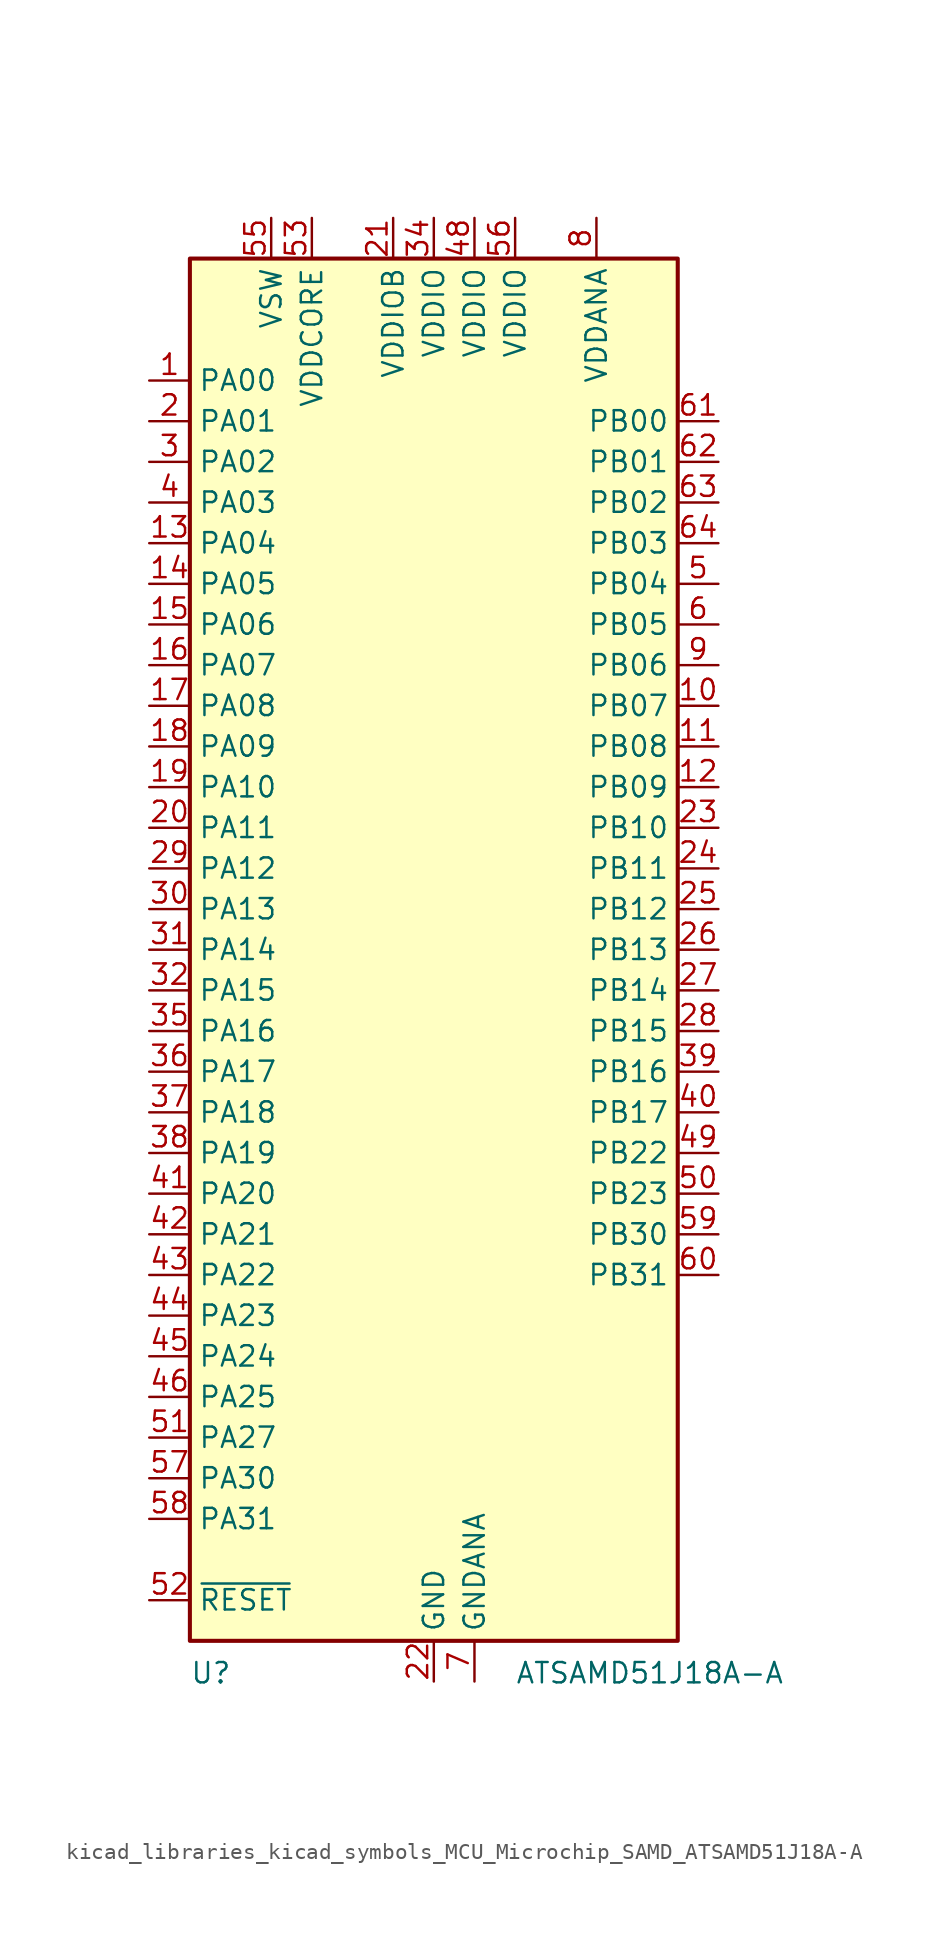
<source format=kicad_sym>
(kicad_symbol_lib
  (version 20220914)
  (generator kicad_symbol_editor)
  (symbol "kicad_libraries_kicad_symbols_MCU_Microchip_SAMD_ATSAMD51J18A-A"
    (property "Reference" "U"
      (at -15.24 -44.45 0)
      (effects (font (size 1.27 1.27)) (justify left top)))
    (property "Value" "ATSAMD51J18A-A"
      (at 5.08 -44.45 0)
      (effects (font (size 1.27 1.27)) (justify left top)))
    (symbol "kicad_libraries_kicad_symbols_MCU_Microchip_SAMD_ATSAMD51J18A-A_0_1"
      (rectangle (start -15.24 43.18) (end 15.24 -43.18) (stroke (width 0.254) (type default)) (fill (type background))))
    (symbol "kicad_libraries_kicad_symbols_MCU_Microchip_SAMD_ATSAMD51J18A-A_1_0"
      (pin bidirectional line (at 17.78 25.4 180) (length 2.54) (name "PB03" (effects (font (size 1.27 1.27)))) (number "64" (effects (font (size 1.27 1.27))))))
    (symbol "kicad_libraries_kicad_symbols_MCU_Microchip_SAMD_ATSAMD51J18A-A_1_1"
      (pin bidirectional line (at -17.78 35.56 0) (length 2.54) (name "PA00" (effects (font (size 1.27 1.27)))) (number "1" (effects (font (size 1.27 1.27)))))
      (pin bidirectional line (at 17.78 15.24 180) (length 2.54) (name "PB07" (effects (font (size 1.27 1.27)))) (number "10" (effects (font (size 1.27 1.27)))))
      (pin bidirectional line (at 17.78 12.7 180) (length 2.54) (name "PB08" (effects (font (size 1.27 1.27)))) (number "11" (effects (font (size 1.27 1.27)))))
      (pin bidirectional line (at 17.78 10.16 180) (length 2.54) (name "PB09" (effects (font (size 1.27 1.27)))) (number "12" (effects (font (size 1.27 1.27)))))
      (pin bidirectional line (at -17.78 25.4 0) (length 2.54) (name "PA04" (effects (font (size 1.27 1.27)))) (number "13" (effects (font (size 1.27 1.27)))))
      (pin bidirectional line (at -17.78 22.86 0) (length 2.54) (name "PA05" (effects (font (size 1.27 1.27)))) (number "14" (effects (font (size 1.27 1.27)))))
      (pin bidirectional line (at -17.78 20.32 0) (length 2.54) (name "PA06" (effects (font (size 1.27 1.27)))) (number "15" (effects (font (size 1.27 1.27)))))
      (pin bidirectional line (at -17.78 17.78 0) (length 2.54) (name "PA07" (effects (font (size 1.27 1.27)))) (number "16" (effects (font (size 1.27 1.27)))))
      (pin bidirectional line (at -17.78 15.24 0) (length 2.54) (name "PA08" (effects (font (size 1.27 1.27)))) (number "17" (effects (font (size 1.27 1.27)))))
      (pin bidirectional line (at -17.78 12.7 0) (length 2.54) (name "PA09" (effects (font (size 1.27 1.27)))) (number "18" (effects (font (size 1.27 1.27)))))
      (pin bidirectional line (at -17.78 10.16 0) (length 2.54) (name "PA10" (effects (font (size 1.27 1.27)))) (number "19" (effects (font (size 1.27 1.27)))))
      (pin bidirectional line (at -17.78 33.02 0) (length 2.54) (name "PA01" (effects (font (size 1.27 1.27)))) (number "2" (effects (font (size 1.27 1.27)))))
      (pin bidirectional line (at -17.78 7.62 0) (length 2.54) (name "PA11" (effects (font (size 1.27 1.27)))) (number "20" (effects (font (size 1.27 1.27)))))
      (pin power_in line (at -2.54 45.72 270) (length 2.54) (name "VDDIOB" (effects (font (size 1.27 1.27)))) (number "21" (effects (font (size 1.27 1.27)))))
      (pin power_in line (at 0 -45.72 90) (length 2.54) (name "GND" (effects (font (size 1.27 1.27)))) (number "22" (effects (font (size 1.27 1.27)))))
      (pin bidirectional line (at 17.78 7.62 180) (length 2.54) (name "PB10" (effects (font (size 1.27 1.27)))) (number "23" (effects (font (size 1.27 1.27)))))
      (pin bidirectional line (at 17.78 5.08 180) (length 2.54) (name "PB11" (effects (font (size 1.27 1.27)))) (number "24" (effects (font (size 1.27 1.27)))))
      (pin bidirectional line (at 17.78 2.54 180) (length 2.54) (name "PB12" (effects (font (size 1.27 1.27)))) (number "25" (effects (font (size 1.27 1.27)))))
      (pin bidirectional line (at 17.78 0 180) (length 2.54) (name "PB13" (effects (font (size 1.27 1.27)))) (number "26" (effects (font (size 1.27 1.27)))))
      (pin bidirectional line (at 17.78 -2.54 180) (length 2.54) (name "PB14" (effects (font (size 1.27 1.27)))) (number "27" (effects (font (size 1.27 1.27)))))
      (pin bidirectional line (at 17.78 -5.08 180) (length 2.54) (name "PB15" (effects (font (size 1.27 1.27)))) (number "28" (effects (font (size 1.27 1.27)))))
      (pin bidirectional line (at -17.78 5.08 0) (length 2.54) (name "PA12" (effects (font (size 1.27 1.27)))) (number "29" (effects (font (size 1.27 1.27)))))
      (pin bidirectional line (at -17.78 30.48 0) (length 2.54) (name "PA02" (effects (font (size 1.27 1.27)))) (number "3" (effects (font (size 1.27 1.27)))))
      (pin bidirectional line (at -17.78 2.54 0) (length 2.54) (name "PA13" (effects (font (size 1.27 1.27)))) (number "30" (effects (font (size 1.27 1.27)))))
      (pin bidirectional line (at -17.78 0 0) (length 2.54) (name "PA14" (effects (font (size 1.27 1.27)))) (number "31" (effects (font (size 1.27 1.27)))))
      (pin bidirectional line (at -17.78 -2.54 0) (length 2.54) (name "PA15" (effects (font (size 1.27 1.27)))) (number "32" (effects (font (size 1.27 1.27)))))
      (pin passive line (at 0 -45.72 90) (length 2.54) hide (name "GND" (effects (font (size 1.27 1.27)))) (number "33" (effects (font (size 1.27 1.27)))))
      (pin power_in line (at 0 45.72 270) (length 2.54) (name "VDDIO" (effects (font (size 1.27 1.27)))) (number "34" (effects (font (size 1.27 1.27)))))
      (pin bidirectional line (at -17.78 -5.08 0) (length 2.54) (name "PA16" (effects (font (size 1.27 1.27)))) (number "35" (effects (font (size 1.27 1.27)))))
      (pin bidirectional line (at -17.78 -7.62 0) (length 2.54) (name "PA17" (effects (font (size 1.27 1.27)))) (number "36" (effects (font (size 1.27 1.27)))))
      (pin bidirectional line (at -17.78 -10.16 0) (length 2.54) (name "PA18" (effects (font (size 1.27 1.27)))) (number "37" (effects (font (size 1.27 1.27)))))
      (pin bidirectional line (at -17.78 -12.7 0) (length 2.54) (name "PA19" (effects (font (size 1.27 1.27)))) (number "38" (effects (font (size 1.27 1.27)))))
      (pin bidirectional line (at 17.78 -7.62 180) (length 2.54) (name "PB16" (effects (font (size 1.27 1.27)))) (number "39" (effects (font (size 1.27 1.27)))))
      (pin bidirectional line (at -17.78 27.94 0) (length 2.54) (name "PA03" (effects (font (size 1.27 1.27)))) (number "4" (effects (font (size 1.27 1.27)))))
      (pin bidirectional line (at 17.78 -10.16 180) (length 2.54) (name "PB17" (effects (font (size 1.27 1.27)))) (number "40" (effects (font (size 1.27 1.27)))))
      (pin bidirectional line (at -17.78 -15.24 0) (length 2.54) (name "PA20" (effects (font (size 1.27 1.27)))) (number "41" (effects (font (size 1.27 1.27)))))
      (pin bidirectional line (at -17.78 -17.78 0) (length 2.54) (name "PA21" (effects (font (size 1.27 1.27)))) (number "42" (effects (font (size 1.27 1.27)))))
      (pin bidirectional line (at -17.78 -20.32 0) (length 2.54) (name "PA22" (effects (font (size 1.27 1.27)))) (number "43" (effects (font (size 1.27 1.27)))))
      (pin bidirectional line (at -17.78 -22.86 0) (length 2.54) (name "PA23" (effects (font (size 1.27 1.27)))) (number "44" (effects (font (size 1.27 1.27)))))
      (pin bidirectional line (at -17.78 -25.4 0) (length 2.54) (name "PA24" (effects (font (size 1.27 1.27)))) (number "45" (effects (font (size 1.27 1.27)))))
      (pin bidirectional line (at -17.78 -27.94 0) (length 2.54) (name "PA25" (effects (font (size 1.27 1.27)))) (number "46" (effects (font (size 1.27 1.27)))))
      (pin passive line (at 0 -45.72 90) (length 2.54) hide (name "GND" (effects (font (size 1.27 1.27)))) (number "47" (effects (font (size 1.27 1.27)))))
      (pin power_in line (at 2.54 45.72 270) (length 2.54) (name "VDDIO" (effects (font (size 1.27 1.27)))) (number "48" (effects (font (size 1.27 1.27)))))
      (pin bidirectional line (at 17.78 -12.7 180) (length 2.54) (name "PB22" (effects (font (size 1.27 1.27)))) (number "49" (effects (font (size 1.27 1.27)))))
      (pin bidirectional line (at 17.78 22.86 180) (length 2.54) (name "PB04" (effects (font (size 1.27 1.27)))) (number "5" (effects (font (size 1.27 1.27)))))
      (pin bidirectional line (at 17.78 -15.24 180) (length 2.54) (name "PB23" (effects (font (size 1.27 1.27)))) (number "50" (effects (font (size 1.27 1.27)))))
      (pin bidirectional line (at -17.78 -30.48 0) (length 2.54) (name "PA27" (effects (font (size 1.27 1.27)))) (number "51" (effects (font (size 1.27 1.27)))))
      (pin input line (at -17.78 -40.64 0) (length 2.54) (name "~{RESET}" (effects (font (size 1.27 1.27)))) (number "52" (effects (font (size 1.27 1.27)))))
      (pin power_out line (at -7.62 45.72 270) (length 2.54) (name "VDDCORE" (effects (font (size 1.27 1.27)))) (number "53" (effects (font (size 1.27 1.27)))))
      (pin passive line (at 0 -45.72 90) (length 2.54) hide (name "GND" (effects (font (size 1.27 1.27)))) (number "54" (effects (font (size 1.27 1.27)))))
      (pin power_in line (at -10.16 45.72 270) (length 2.54) (name "VSW" (effects (font (size 1.27 1.27)))) (number "55" (effects (font (size 1.27 1.27)))))
      (pin power_in line (at 5.08 45.72 270) (length 2.54) (name "VDDIO" (effects (font (size 1.27 1.27)))) (number "56" (effects (font (size 1.27 1.27)))))
      (pin bidirectional line (at -17.78 -33.02 0) (length 2.54) (name "PA30" (effects (font (size 1.27 1.27)))) (number "57" (effects (font (size 1.27 1.27)))))
      (pin bidirectional line (at -17.78 -35.56 0) (length 2.54) (name "PA31" (effects (font (size 1.27 1.27)))) (number "58" (effects (font (size 1.27 1.27)))))
      (pin bidirectional line (at 17.78 -17.78 180) (length 2.54) (name "PB30" (effects (font (size 1.27 1.27)))) (number "59" (effects (font (size 1.27 1.27)))))
      (pin bidirectional line (at 17.78 20.32 180) (length 2.54) (name "PB05" (effects (font (size 1.27 1.27)))) (number "6" (effects (font (size 1.27 1.27)))))
      (pin bidirectional line (at 17.78 -20.32 180) (length 2.54) (name "PB31" (effects (font (size 1.27 1.27)))) (number "60" (effects (font (size 1.27 1.27)))))
      (pin bidirectional line (at 17.78 33.02 180) (length 2.54) (name "PB00" (effects (font (size 1.27 1.27)))) (number "61" (effects (font (size 1.27 1.27)))))
      (pin bidirectional line (at 17.78 30.48 180) (length 2.54) (name "PB01" (effects (font (size 1.27 1.27)))) (number "62" (effects (font (size 1.27 1.27)))))
      (pin bidirectional line (at 17.78 27.94 180) (length 2.54) (name "PB02" (effects (font (size 1.27 1.27)))) (number "63" (effects (font (size 1.27 1.27)))))
      (pin power_in line (at 2.54 -45.72 90) (length 2.54) (name "GNDANA" (effects (font (size 1.27 1.27)))) (number "7" (effects (font (size 1.27 1.27)))))
      (pin power_in line (at 10.16 45.72 270) (length 2.54) (name "VDDANA" (effects (font (size 1.27 1.27)))) (number "8" (effects (font (size 1.27 1.27)))))
      (pin bidirectional line (at 17.78 17.78 180) (length 2.54) (name "PB06" (effects (font (size 1.27 1.27)))) (number "9" (effects (font (size 1.27 1.27))))))))
</source>
